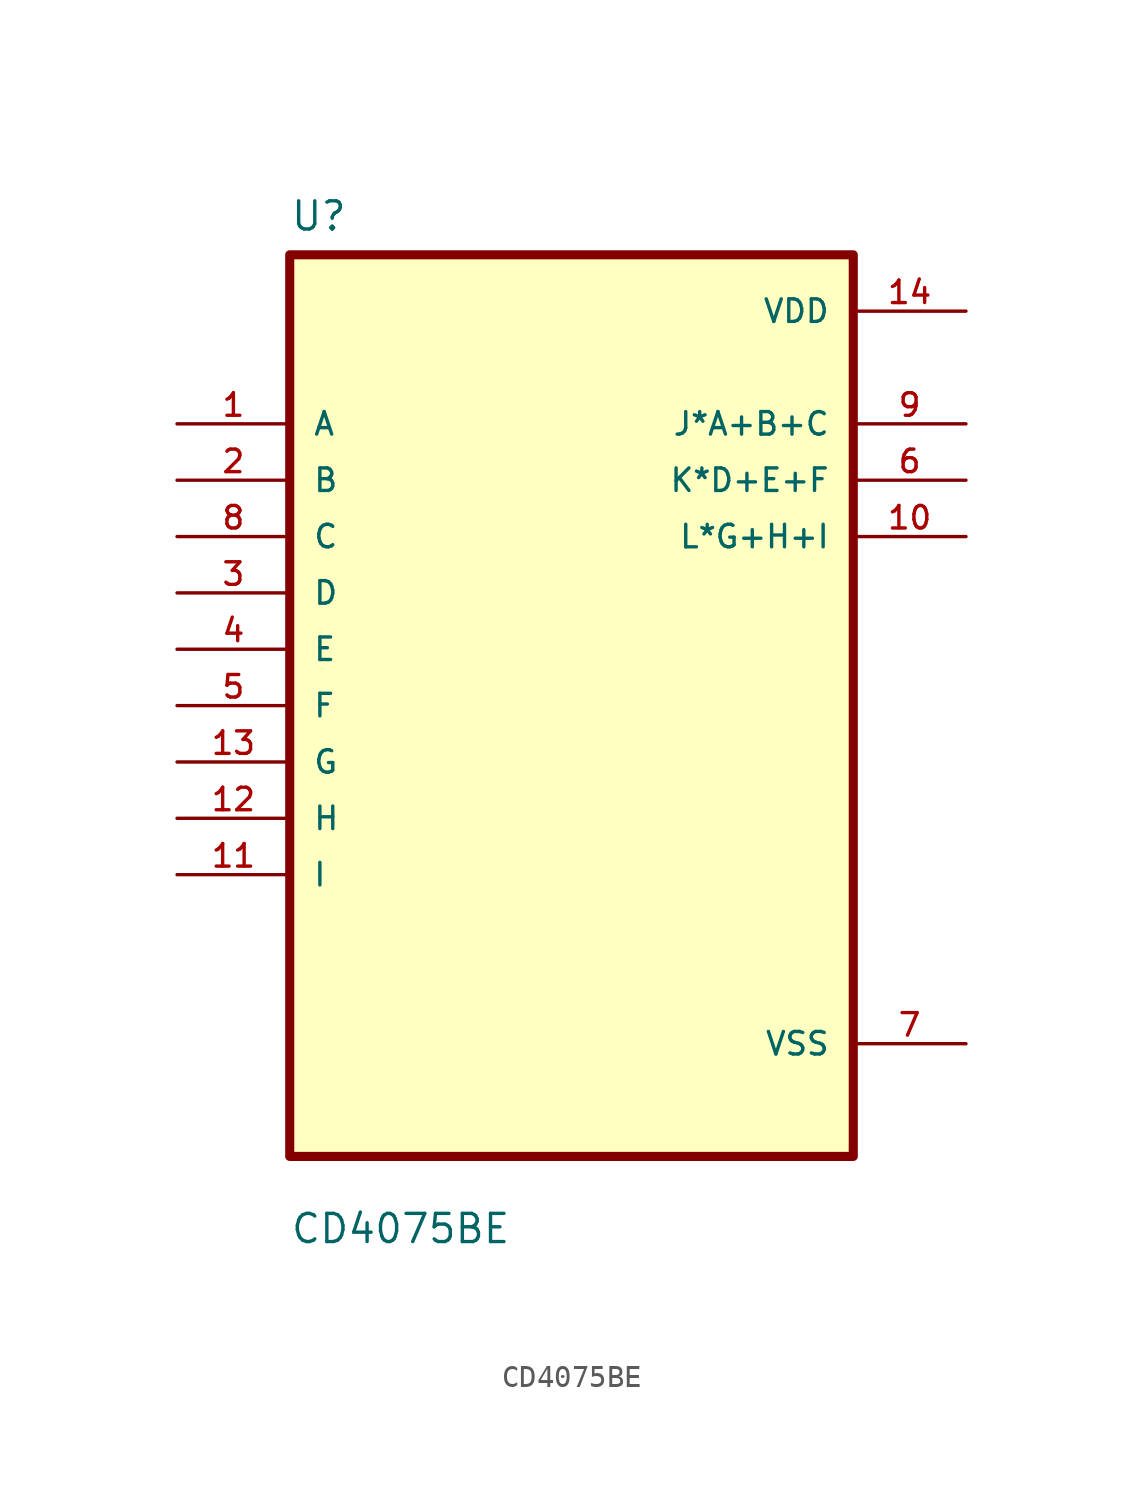
<source format=kicad_sym>
(kicad_symbol_lib
  (version 20211014)
  (generator kicad_symbol_editor)
  (symbol "CD4075BE"
    (pin_names
      (offset 1.016))
    (property "Reference" "U"
      (at -12.7 21.32 0.0)
      (effects (font (size 1.27 1.27)) (justify bottom left)))
    (property "Value" "CD4075BE"
      (at -12.7 -24.32 0.0)
      (effects (font (size 1.27 1.27)) (justify bottom left)))
    (symbol "CD4075BE_0_0"
      (rectangle (start -12.7 -20.32) (end 12.7 20.32) (stroke (width 0.41)) (fill (type background)))
      (pin input line (at -17.78 12.7 0) (length 5.08) (name "A" (effects (font (size 1.016 1.016)))) (number "1" (effects (font (size 1.016 1.016)))))
      (pin input line (at -17.78 10.16 0) (length 5.08) (name "B" (effects (font (size 1.016 1.016)))) (number "2" (effects (font (size 1.016 1.016)))))
      (pin input line (at -17.78 7.62 0) (length 5.08) (name "C" (effects (font (size 1.016 1.016)))) (number "8" (effects (font (size 1.016 1.016)))))
      (pin input line (at -17.78 5.08 0) (length 5.08) (name "D" (effects (font (size 1.016 1.016)))) (number "3" (effects (font (size 1.016 1.016)))))
      (pin input line (at -17.78 2.54 0) (length 5.08) (name "E" (effects (font (size 1.016 1.016)))) (number "4" (effects (font (size 1.016 1.016)))))
      (pin input line (at -17.78 0.0 0) (length 5.08) (name "F" (effects (font (size 1.016 1.016)))) (number "5" (effects (font (size 1.016 1.016)))))
      (pin input line (at -17.78 -2.54 0) (length 5.08) (name "G" (effects (font (size 1.016 1.016)))) (number "13" (effects (font (size 1.016 1.016)))))
      (pin input line (at -17.78 -5.08 0) (length 5.08) (name "H" (effects (font (size 1.016 1.016)))) (number "12" (effects (font (size 1.016 1.016)))))
      (pin input line (at -17.78 -7.62 0) (length 5.08) (name "I" (effects (font (size 1.016 1.016)))) (number "11" (effects (font (size 1.016 1.016)))))
      (pin power_in line (at 17.78 17.78 180.0) (length 5.08) (name "VDD" (effects (font (size 1.016 1.016)))) (number "14" (effects (font (size 1.016 1.016)))))
      (pin output line (at 17.78 12.7 180.0) (length 5.08) (name "J*A+B+C" (effects (font (size 1.016 1.016)))) (number "9" (effects (font (size 1.016 1.016)))))
      (pin output line (at 17.78 10.16 180.0) (length 5.08) (name "K*D+E+F" (effects (font (size 1.016 1.016)))) (number "6" (effects (font (size 1.016 1.016)))))
      (pin output line (at 17.78 7.62 180.0) (length 5.08) (name "L*G+H+I" (effects (font (size 1.016 1.016)))) (number "10" (effects (font (size 1.016 1.016)))))
      (pin power_in line (at 17.78 -15.24 180.0) (length 5.08) (name "VSS" (effects (font (size 1.016 1.016)))) (number "7" (effects (font (size 1.016 1.016))))))))
</source>
